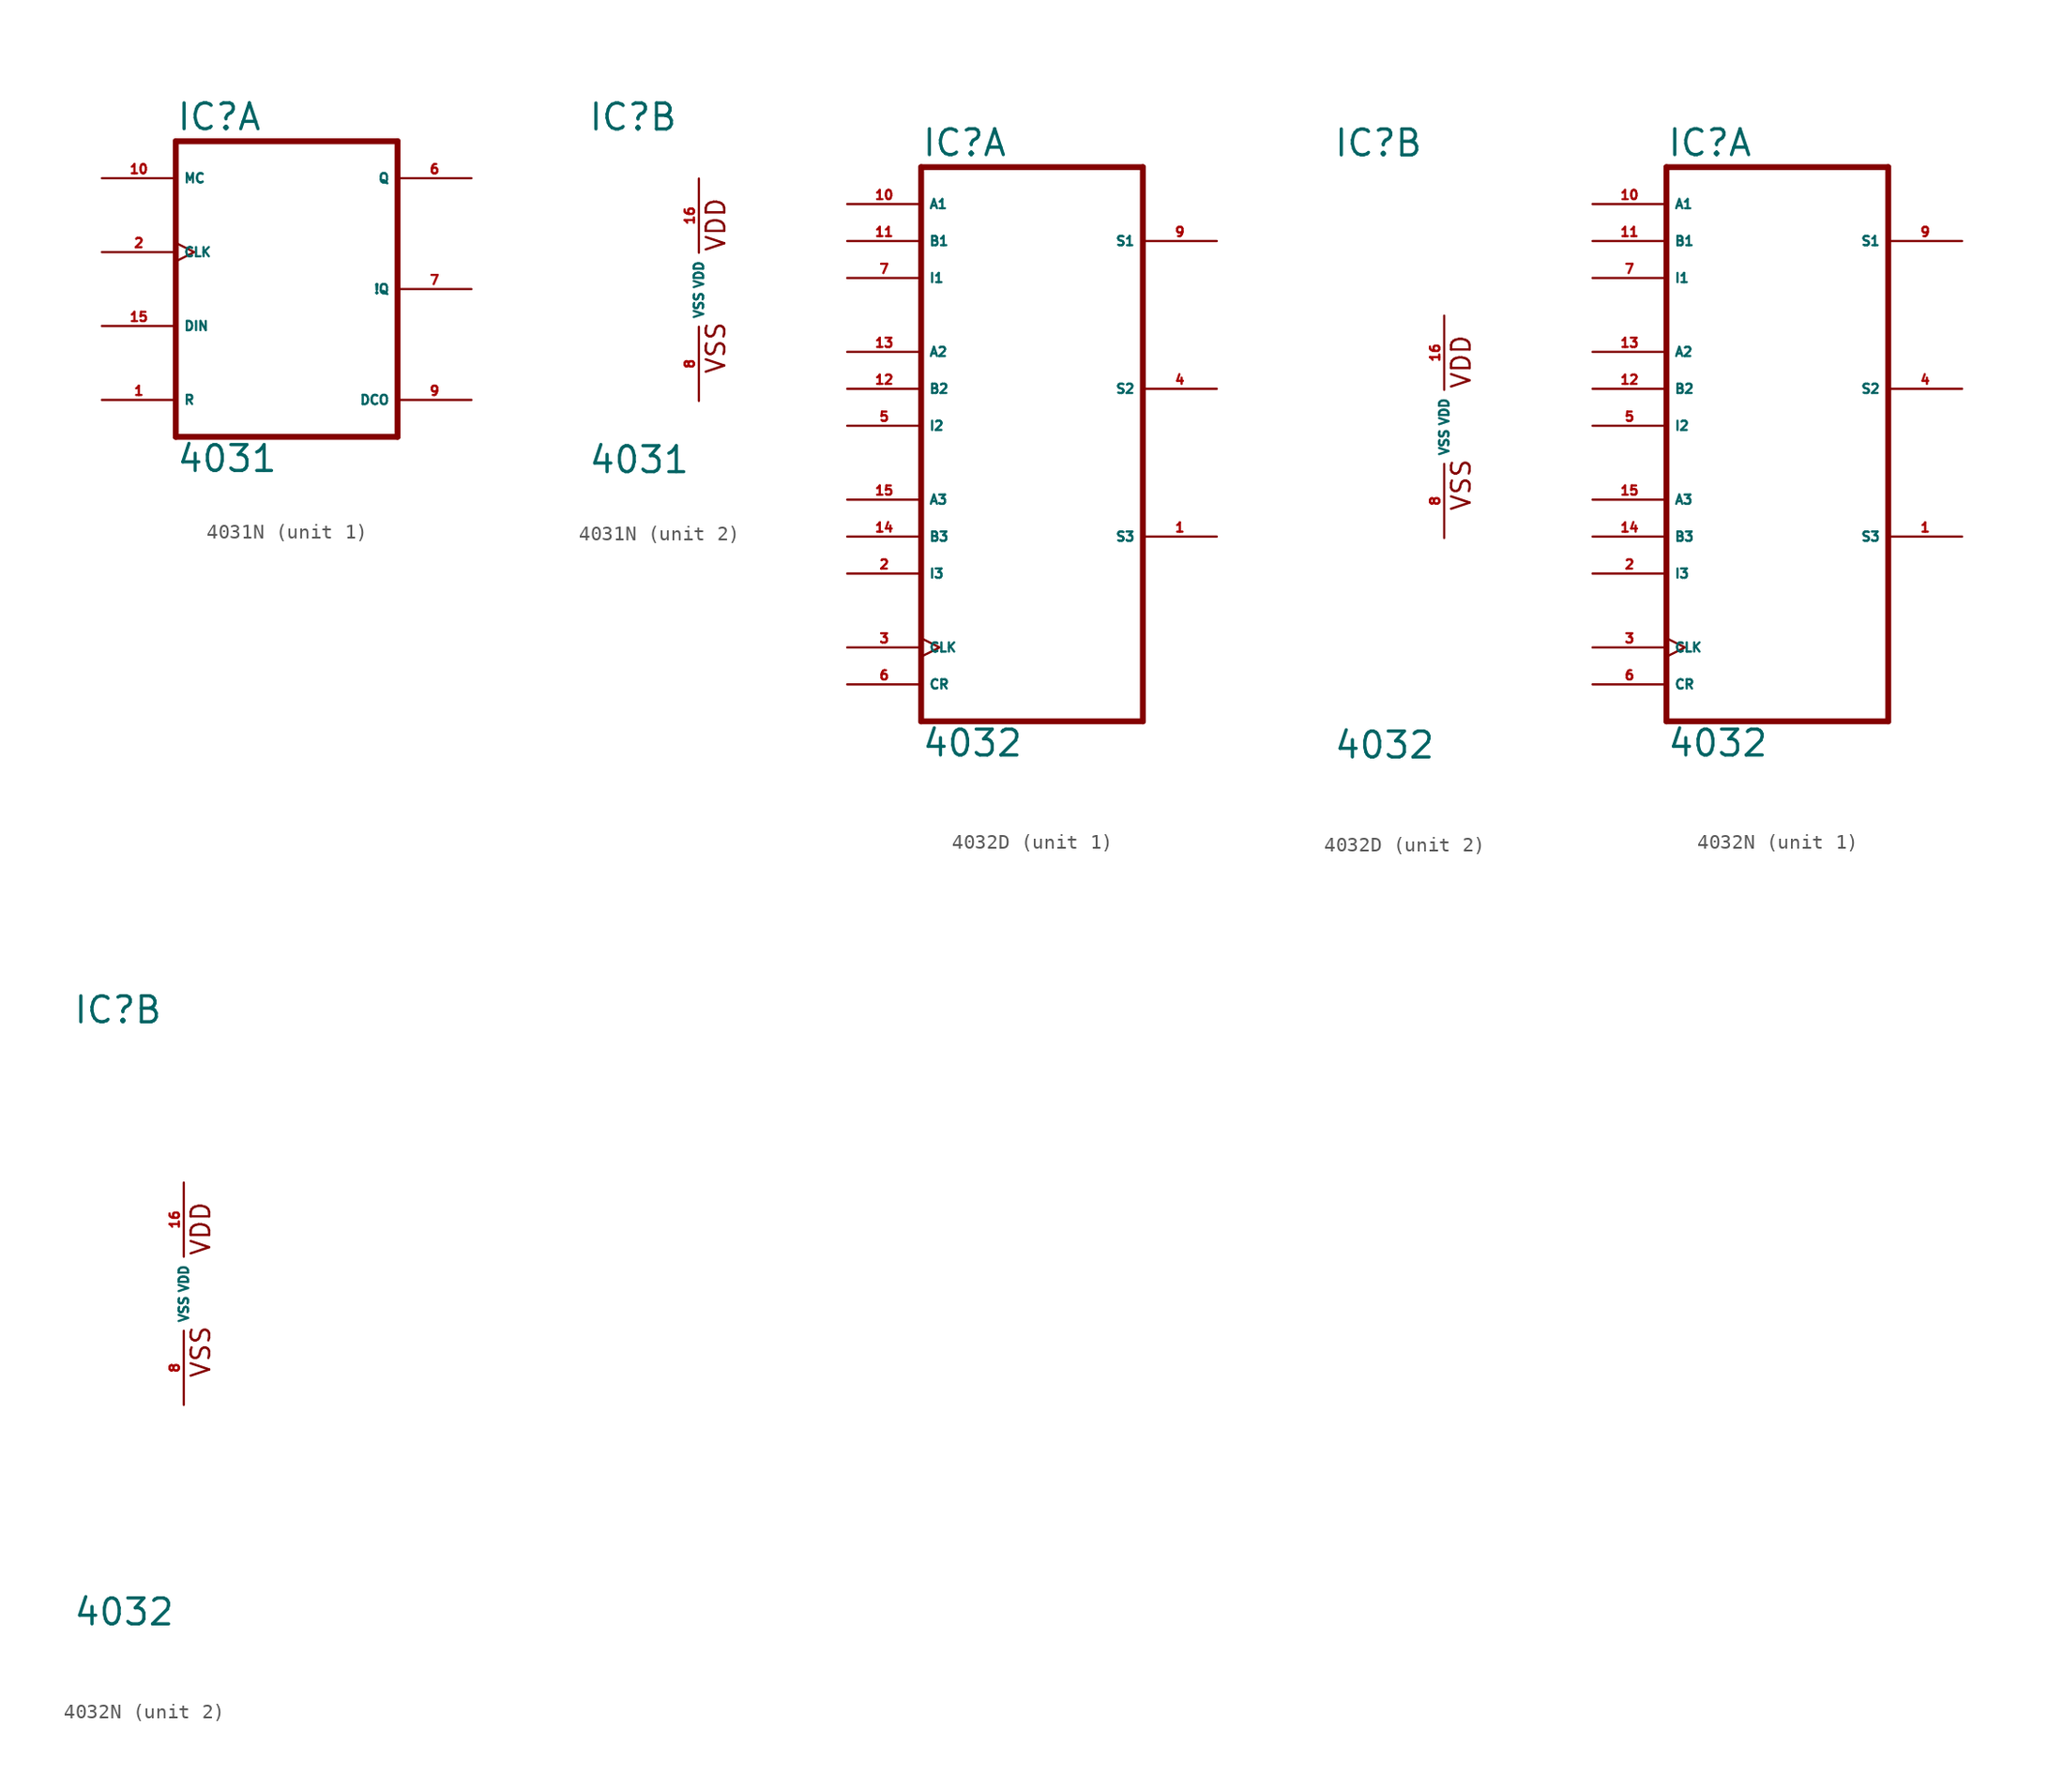
<source format=kicad_sym>
(kicad_symbol_lib
  (version 20220914)
  (generator Eagle2Kicad)
  (symbol "4031N"
    (property "Reference" "IC"
      (at -7.62 10.795 0)
      (effects (font (size 1.778 1.778) (thickness 0.22)) (justify left bottom)))
    (property "Value" "4031"
      (at -7.62 -12.7 0)
      (effects (font (size 1.778 1.778) (thickness 0.22)) (justify left bottom)))
    (symbol "4031N_1_0"
      (polyline (pts (xy -7.62 -10.16) (xy 7.62 -10.16)) (stroke (width 0.406) (type default)) (fill (type none)))
      (polyline (pts (xy 7.62 -10.16) (xy 7.62 10.16)) (stroke (width 0.406) (type default)) (fill (type none)))
      (polyline (pts (xy 7.62 10.16) (xy -7.62 10.16)) (stroke (width 0.406) (type default)) (fill (type none)))
      (polyline (pts (xy -7.62 10.16) (xy -7.62 -10.16)) (stroke (width 0.406) (type default)) (fill (type none)))
      (pin input line (at -12.7 -7.62 0) (length 5.08) (name "R" (effects (font (size 0.635 0.635) (thickness 0.08)) (justify left bottom))) (number "1" (effects (font (size 0.635 0.635) (thickness 0.08)) (justify left bottom))))
      (pin input clock (at -12.7 2.54 0) (length 5.08) (name "CLK" (effects (font (size 0.635 0.635) (thickness 0.08)) (justify left bottom))) (number "2" (effects (font (size 0.635 0.635) (thickness 0.08)) (justify left bottom))))
      (pin output line (at 12.7 7.62 180) (length 5.08) (name "Q" (effects (font (size 0.635 0.635) (thickness 0.08)) (justify left bottom))) (number "6" (effects (font (size 0.635 0.635) (thickness 0.08)) (justify left bottom))))
      (pin output line (at 12.7 0 180) (length 5.08) (name "!Q" (effects (font (size 0.635 0.635) (thickness 0.08)) (justify left bottom))) (number "7" (effects (font (size 0.635 0.635) (thickness 0.08)) (justify left bottom))))
      (pin output line (at 12.7 -7.62 180) (length 5.08) (name "DCO" (effects (font (size 0.635 0.635) (thickness 0.08)) (justify left bottom))) (number "9" (effects (font (size 0.635 0.635) (thickness 0.08)) (justify left bottom))))
      (pin input line (at -12.7 7.62 0) (length 5.08) (name "MC" (effects (font (size 0.635 0.635) (thickness 0.08)) (justify left bottom))) (number "10" (effects (font (size 0.635 0.635) (thickness 0.08)) (justify left bottom))))
      (pin input line (at -12.7 -2.54 0) (length 5.08) (name "DIN" (effects (font (size 0.635 0.635) (thickness 0.08)) (justify left bottom))) (number "15" (effects (font (size 0.635 0.635) (thickness 0.08)) (justify left bottom)))))
    (symbol "4031N_2_0"
      (text "VDD" (at 1.905 2.54 900) (effects (font (size 1.27 1.27) (thickness 0.16)) (justify left bottom)))
      (text "VSS" (at 1.905 -5.842 900) (effects (font (size 1.27 1.27) (thickness 0.16)) (justify left bottom)))
      (pin unspecified line (at 0 -7.62 90) (length 5.08) (name "VSS" (effects (font (size 0.635 0.635) (thickness 0.08)) (justify left bottom))) (number "8" (effects (font (size 0.635 0.635) (thickness 0.08)) (justify left bottom))))
      (pin unspecified line (at 0 7.62 270) (length 5.08) (name "VDD" (effects (font (size 0.635 0.635) (thickness 0.08)) (justify left bottom))) (number "16" (effects (font (size 0.635 0.635) (thickness 0.08)) (justify left bottom))))))
  (symbol "4032D"
    (property "Reference" "IC"
      (at -7.62 18.415 0)
      (effects (font (size 1.778 1.778) (thickness 0.22)) (justify left bottom)))
    (property "Value" "4032"
      (at -7.62 -22.86 0)
      (effects (font (size 1.778 1.778) (thickness 0.22)) (justify left bottom)))
    (symbol "4032D_1_0"
      (polyline (pts (xy -7.62 -20.32) (xy 7.62 -20.32)) (stroke (width 0.406) (type default)) (fill (type none)))
      (polyline (pts (xy 7.62 -20.32) (xy 7.62 17.78)) (stroke (width 0.406) (type default)) (fill (type none)))
      (polyline (pts (xy 7.62 17.78) (xy -7.62 17.78)) (stroke (width 0.406) (type default)) (fill (type none)))
      (polyline (pts (xy -7.62 17.78) (xy -7.62 -20.32)) (stroke (width 0.406) (type default)) (fill (type none)))
      (pin output line (at 12.7 -7.62 180) (length 5.08) (name "S3" (effects (font (size 0.635 0.635) (thickness 0.08)) (justify left bottom))) (number "1" (effects (font (size 0.635 0.635) (thickness 0.08)) (justify left bottom))))
      (pin input line (at -12.7 -10.16 0) (length 5.08) (name "I3" (effects (font (size 0.635 0.635) (thickness 0.08)) (justify left bottom))) (number "2" (effects (font (size 0.635 0.635) (thickness 0.08)) (justify left bottom))))
      (pin input clock (at -12.7 -15.24 0) (length 5.08) (name "CLK" (effects (font (size 0.635 0.635) (thickness 0.08)) (justify left bottom))) (number "3" (effects (font (size 0.635 0.635) (thickness 0.08)) (justify left bottom))))
      (pin output line (at 12.7 2.54 180) (length 5.08) (name "S2" (effects (font (size 0.635 0.635) (thickness 0.08)) (justify left bottom))) (number "4" (effects (font (size 0.635 0.635) (thickness 0.08)) (justify left bottom))))
      (pin input line (at -12.7 0 0) (length 5.08) (name "I2" (effects (font (size 0.635 0.635) (thickness 0.08)) (justify left bottom))) (number "5" (effects (font (size 0.635 0.635) (thickness 0.08)) (justify left bottom))))
      (pin input line (at -12.7 -17.78 0) (length 5.08) (name "CR" (effects (font (size 0.635 0.635) (thickness 0.08)) (justify left bottom))) (number "6" (effects (font (size 0.635 0.635) (thickness 0.08)) (justify left bottom))))
      (pin input line (at -12.7 10.16 0) (length 5.08) (name "I1" (effects (font (size 0.635 0.635) (thickness 0.08)) (justify left bottom))) (number "7" (effects (font (size 0.635 0.635) (thickness 0.08)) (justify left bottom))))
      (pin output line (at 12.7 12.7 180) (length 5.08) (name "S1" (effects (font (size 0.635 0.635) (thickness 0.08)) (justify left bottom))) (number "9" (effects (font (size 0.635 0.635) (thickness 0.08)) (justify left bottom))))
      (pin input line (at -12.7 15.24 0) (length 5.08) (name "A1" (effects (font (size 0.635 0.635) (thickness 0.08)) (justify left bottom))) (number "10" (effects (font (size 0.635 0.635) (thickness 0.08)) (justify left bottom))))
      (pin input line (at -12.7 12.7 0) (length 5.08) (name "B1" (effects (font (size 0.635 0.635) (thickness 0.08)) (justify left bottom))) (number "11" (effects (font (size 0.635 0.635) (thickness 0.08)) (justify left bottom))))
      (pin input line (at -12.7 2.54 0) (length 5.08) (name "B2" (effects (font (size 0.635 0.635) (thickness 0.08)) (justify left bottom))) (number "12" (effects (font (size 0.635 0.635) (thickness 0.08)) (justify left bottom))))
      (pin input line (at -12.7 5.08 0) (length 5.08) (name "A2" (effects (font (size 0.635 0.635) (thickness 0.08)) (justify left bottom))) (number "13" (effects (font (size 0.635 0.635) (thickness 0.08)) (justify left bottom))))
      (pin input line (at -12.7 -7.62 0) (length 5.08) (name "B3" (effects (font (size 0.635 0.635) (thickness 0.08)) (justify left bottom))) (number "14" (effects (font (size 0.635 0.635) (thickness 0.08)) (justify left bottom))))
      (pin input line (at -12.7 -5.08 0) (length 5.08) (name "A3" (effects (font (size 0.635 0.635) (thickness 0.08)) (justify left bottom))) (number "15" (effects (font (size 0.635 0.635) (thickness 0.08)) (justify left bottom)))))
    (symbol "4032D_2_0"
      (text "VDD" (at 1.905 2.54 900) (effects (font (size 1.27 1.27) (thickness 0.16)) (justify left bottom)))
      (text "VSS" (at 1.905 -5.842 900) (effects (font (size 1.27 1.27) (thickness 0.16)) (justify left bottom)))
      (pin unspecified line (at 0 -7.62 90) (length 5.08) (name "VSS" (effects (font (size 0.635 0.635) (thickness 0.08)) (justify left bottom))) (number "8" (effects (font (size 0.635 0.635) (thickness 0.08)) (justify left bottom))))
      (pin unspecified line (at 0 7.62 270) (length 5.08) (name "VDD" (effects (font (size 0.635 0.635) (thickness 0.08)) (justify left bottom))) (number "16" (effects (font (size 0.635 0.635) (thickness 0.08)) (justify left bottom))))))
  (symbol "4032N"
    (property "Reference" "IC"
      (at -7.62 18.415 0)
      (effects (font (size 1.778 1.778) (thickness 0.22)) (justify left bottom)))
    (property "Value" "4032"
      (at -7.62 -22.86 0)
      (effects (font (size 1.778 1.778) (thickness 0.22)) (justify left bottom)))
    (symbol "4032N_1_0"
      (polyline (pts (xy -7.62 -20.32) (xy 7.62 -20.32)) (stroke (width 0.406) (type default)) (fill (type none)))
      (polyline (pts (xy 7.62 -20.32) (xy 7.62 17.78)) (stroke (width 0.406) (type default)) (fill (type none)))
      (polyline (pts (xy 7.62 17.78) (xy -7.62 17.78)) (stroke (width 0.406) (type default)) (fill (type none)))
      (polyline (pts (xy -7.62 17.78) (xy -7.62 -20.32)) (stroke (width 0.406) (type default)) (fill (type none)))
      (pin output line (at 12.7 -7.62 180) (length 5.08) (name "S3" (effects (font (size 0.635 0.635) (thickness 0.08)) (justify left bottom))) (number "1" (effects (font (size 0.635 0.635) (thickness 0.08)) (justify left bottom))))
      (pin input line (at -12.7 -10.16 0) (length 5.08) (name "I3" (effects (font (size 0.635 0.635) (thickness 0.08)) (justify left bottom))) (number "2" (effects (font (size 0.635 0.635) (thickness 0.08)) (justify left bottom))))
      (pin input clock (at -12.7 -15.24 0) (length 5.08) (name "CLK" (effects (font (size 0.635 0.635) (thickness 0.08)) (justify left bottom))) (number "3" (effects (font (size 0.635 0.635) (thickness 0.08)) (justify left bottom))))
      (pin output line (at 12.7 2.54 180) (length 5.08) (name "S2" (effects (font (size 0.635 0.635) (thickness 0.08)) (justify left bottom))) (number "4" (effects (font (size 0.635 0.635) (thickness 0.08)) (justify left bottom))))
      (pin input line (at -12.7 0 0) (length 5.08) (name "I2" (effects (font (size 0.635 0.635) (thickness 0.08)) (justify left bottom))) (number "5" (effects (font (size 0.635 0.635) (thickness 0.08)) (justify left bottom))))
      (pin input line (at -12.7 -17.78 0) (length 5.08) (name "CR" (effects (font (size 0.635 0.635) (thickness 0.08)) (justify left bottom))) (number "6" (effects (font (size 0.635 0.635) (thickness 0.08)) (justify left bottom))))
      (pin input line (at -12.7 10.16 0) (length 5.08) (name "I1" (effects (font (size 0.635 0.635) (thickness 0.08)) (justify left bottom))) (number "7" (effects (font (size 0.635 0.635) (thickness 0.08)) (justify left bottom))))
      (pin output line (at 12.7 12.7 180) (length 5.08) (name "S1" (effects (font (size 0.635 0.635) (thickness 0.08)) (justify left bottom))) (number "9" (effects (font (size 0.635 0.635) (thickness 0.08)) (justify left bottom))))
      (pin input line (at -12.7 15.24 0) (length 5.08) (name "A1" (effects (font (size 0.635 0.635) (thickness 0.08)) (justify left bottom))) (number "10" (effects (font (size 0.635 0.635) (thickness 0.08)) (justify left bottom))))
      (pin input line (at -12.7 12.7 0) (length 5.08) (name "B1" (effects (font (size 0.635 0.635) (thickness 0.08)) (justify left bottom))) (number "11" (effects (font (size 0.635 0.635) (thickness 0.08)) (justify left bottom))))
      (pin input line (at -12.7 2.54 0) (length 5.08) (name "B2" (effects (font (size 0.635 0.635) (thickness 0.08)) (justify left bottom))) (number "12" (effects (font (size 0.635 0.635) (thickness 0.08)) (justify left bottom))))
      (pin input line (at -12.7 5.08 0) (length 5.08) (name "A2" (effects (font (size 0.635 0.635) (thickness 0.08)) (justify left bottom))) (number "13" (effects (font (size 0.635 0.635) (thickness 0.08)) (justify left bottom))))
      (pin input line (at -12.7 -7.62 0) (length 5.08) (name "B3" (effects (font (size 0.635 0.635) (thickness 0.08)) (justify left bottom))) (number "14" (effects (font (size 0.635 0.635) (thickness 0.08)) (justify left bottom))))
      (pin input line (at -12.7 -5.08 0) (length 5.08) (name "A3" (effects (font (size 0.635 0.635) (thickness 0.08)) (justify left bottom))) (number "15" (effects (font (size 0.635 0.635) (thickness 0.08)) (justify left bottom)))))
    (symbol "4032N_2_0"
      (text "VDD" (at 1.905 2.54 900) (effects (font (size 1.27 1.27) (thickness 0.16)) (justify left bottom)))
      (text "VSS" (at 1.905 -5.842 900) (effects (font (size 1.27 1.27) (thickness 0.16)) (justify left bottom)))
      (pin unspecified line (at 0 -7.62 90) (length 5.08) (name "VSS" (effects (font (size 0.635 0.635) (thickness 0.08)) (justify left bottom))) (number "8" (effects (font (size 0.635 0.635) (thickness 0.08)) (justify left bottom))))
      (pin unspecified line (at 0 7.62 270) (length 5.08) (name "VDD" (effects (font (size 0.635 0.635) (thickness 0.08)) (justify left bottom))) (number "16" (effects (font (size 0.635 0.635) (thickness 0.08)) (justify left bottom)))))))
</source>
